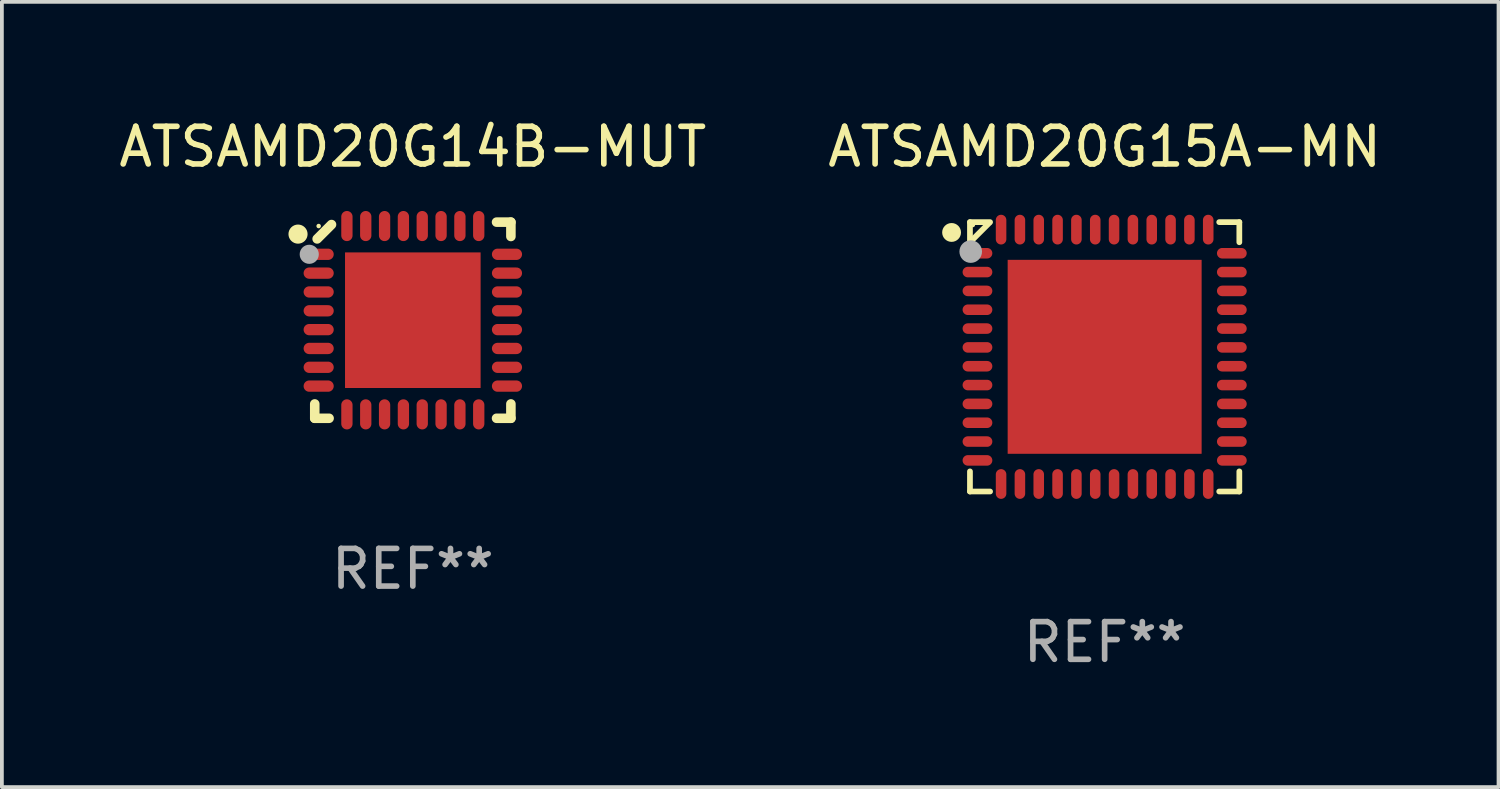
<source format=kicad_pcb>
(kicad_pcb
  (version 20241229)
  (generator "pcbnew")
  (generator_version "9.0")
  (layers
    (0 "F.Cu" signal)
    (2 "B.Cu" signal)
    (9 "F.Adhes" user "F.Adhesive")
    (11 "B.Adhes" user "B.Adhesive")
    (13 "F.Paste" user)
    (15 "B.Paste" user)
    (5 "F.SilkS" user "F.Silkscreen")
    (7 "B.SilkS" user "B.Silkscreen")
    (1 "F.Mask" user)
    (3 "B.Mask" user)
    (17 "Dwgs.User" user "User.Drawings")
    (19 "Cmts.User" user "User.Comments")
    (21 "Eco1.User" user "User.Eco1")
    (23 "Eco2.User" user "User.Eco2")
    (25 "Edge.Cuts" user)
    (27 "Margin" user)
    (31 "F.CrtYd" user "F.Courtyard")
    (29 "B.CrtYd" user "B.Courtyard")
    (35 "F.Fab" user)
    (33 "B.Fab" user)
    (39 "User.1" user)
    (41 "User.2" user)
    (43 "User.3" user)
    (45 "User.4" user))
  (footprint "ATSAMD20G15A-MN"
    (layer "F.Cu")
    (at 26.28 6.424)
    (property "Reference" "ATSAMD20G15A-MN" (at 0 -5.576 0) (layer "F.SilkS") (effects (font (size 1 1) (thickness 0.15))))
    (attr through_hole)
    (fp_line (start -3.576 -3.576) (end -3.042 -3.576) (stroke (width 0.152) (type solid)) (layer "F.SilkS"))
    (fp_line (start -3.576 -3.042) (end -3.576 -3.576) (stroke (width 0.152) (type solid)) (layer "F.SilkS"))
    (fp_line (start -3.576 3.042) (end -3.576 3.576) (stroke (width 0.152) (type solid)) (layer "F.SilkS"))
    (fp_line (start -3.576 3.576) (end -3.042 3.576) (stroke (width 0.152) (type solid)) (layer "F.SilkS"))
    (fp_line (start -3.069 -3.549) (end -3.549 -3.069) (stroke (width 0.152) (type solid)) (layer "F.SilkS"))
    (fp_line (start 3.576 -3.576) (end 3.042 -3.576) (stroke (width 0.152) (type solid)) (layer "F.SilkS"))
    (fp_line (start 3.576 -3.042) (end 3.576 -3.576) (stroke (width 0.152) (type solid)) (layer "F.SilkS"))
    (fp_line (start 3.576 3.042) (end 3.576 3.576) (stroke (width 0.152) (type solid)) (layer "F.SilkS"))
    (fp_line (start 3.576 3.576) (end 3.042 3.576) (stroke (width 0.152) (type solid)) (layer "F.SilkS"))
    (fp_circle (center -4.064 -3.302) (end -3.939 -3.302) (stroke (width 0.25) (type solid)) (fill no) (layer "F.SilkS"))
    (fp_circle (center -3.5 -3.5) (end -3.47 -3.5) (stroke (width 0.06) (type solid)) (fill no) (layer "F.SilkS"))
    (fp_circle (center -3.556 -2.794) (end -3.406 -2.794) (stroke (width 0.3) (type solid)) (fill no) (layer "F.Fab"))
    (fp_text user "REF**" (at 0 7.576 0) (layer "F.Fab") (effects (font (size 1 1) (thickness 0.15))))
    (pad "1" smd oval (at -3.377 -2.75) (size 0.79 0.28) (layers "F.Cu" "F.Mask" "F.Paste"))
    (pad "2" smd oval (at -3.377 -2.25) (size 0.79 0.28) (layers "F.Cu" "F.Mask" "F.Paste"))
    (pad "3" smd oval (at -3.377 -1.75) (size 0.79 0.28) (layers "F.Cu" "F.Mask" "F.Paste"))
    (pad "4" smd oval (at -3.377 -1.25) (size 0.79 0.28) (layers "F.Cu" "F.Mask" "F.Paste"))
    (pad "5" smd oval (at -3.377 -0.75) (size 0.79 0.28) (layers "F.Cu" "F.Mask" "F.Paste"))
    (pad "6" smd oval (at -3.377 -0.25) (size 0.79 0.28) (layers "F.Cu" "F.Mask" "F.Paste"))
    (pad "7" smd oval (at -3.377 0.25) (size 0.79 0.28) (layers "F.Cu" "F.Mask" "F.Paste"))
    (pad "8" smd oval (at -3.377 0.75) (size 0.79 0.28) (layers "F.Cu" "F.Mask" "F.Paste"))
    (pad "9" smd oval (at -3.377 1.25) (size 0.79 0.28) (layers "F.Cu" "F.Mask" "F.Paste"))
    (pad "10" smd oval (at -3.377 1.75) (size 0.79 0.28) (layers "F.Cu" "F.Mask" "F.Paste"))
    (pad "11" smd oval (at -3.377 2.25) (size 0.79 0.28) (layers "F.Cu" "F.Mask" "F.Paste"))
    (pad "12" smd oval (at -3.377 2.75) (size 0.79 0.28) (layers "F.Cu" "F.Mask" "F.Paste"))
    (pad "13" smd oval (at -2.75 3.377) (size 0.28 0.79) (layers "F.Cu" "F.Mask" "F.Paste"))
    (pad "14" smd oval (at -2.25 3.377) (size 0.28 0.79) (layers "F.Cu" "F.Mask" "F.Paste"))
    (pad "15" smd oval (at -1.75 3.377) (size 0.28 0.79) (layers "F.Cu" "F.Mask" "F.Paste"))
    (pad "16" smd oval (at -1.25 3.377) (size 0.28 0.79) (layers "F.Cu" "F.Mask" "F.Paste"))
    (pad "17" smd oval (at -0.75 3.377) (size 0.28 0.79) (layers "F.Cu" "F.Mask" "F.Paste"))
    (pad "18" smd oval (at -0.25 3.377) (size 0.28 0.79) (layers "F.Cu" "F.Mask" "F.Paste"))
    (pad "19" smd oval (at 0.25 3.377) (size 0.28 0.79) (layers "F.Cu" "F.Mask" "F.Paste"))
    (pad "20" smd oval (at 0.75 3.377) (size 0.28 0.79) (layers "F.Cu" "F.Mask" "F.Paste"))
    (pad "21" smd oval (at 1.25 3.377) (size 0.28 0.79) (layers "F.Cu" "F.Mask" "F.Paste"))
    (pad "22" smd oval (at 1.75 3.377) (size 0.28 0.79) (layers "F.Cu" "F.Mask" "F.Paste"))
    (pad "23" smd oval (at 2.25 3.377) (size 0.28 0.79) (layers "F.Cu" "F.Mask" "F.Paste"))
    (pad "24" smd oval (at 2.75 3.377) (size 0.28 0.79) (layers "F.Cu" "F.Mask" "F.Paste"))
    (pad "25" smd oval (at 3.377 2.75) (size 0.79 0.28) (layers "F.Cu" "F.Mask" "F.Paste"))
    (pad "26" smd oval (at 3.377 2.25) (size 0.79 0.28) (layers "F.Cu" "F.Mask" "F.Paste"))
    (pad "27" smd oval (at 3.377 1.75) (size 0.79 0.28) (layers "F.Cu" "F.Mask" "F.Paste"))
    (pad "28" smd oval (at 3.377 1.25) (size 0.79 0.28) (layers "F.Cu" "F.Mask" "F.Paste"))
    (pad "29" smd oval (at 3.377 0.75) (size 0.79 0.28) (layers "F.Cu" "F.Mask" "F.Paste"))
    (pad "30" smd oval (at 3.377 0.25) (size 0.79 0.28) (layers "F.Cu" "F.Mask" "F.Paste"))
    (pad "31" smd oval (at 3.377 -0.25) (size 0.79 0.28) (layers "F.Cu" "F.Mask" "F.Paste"))
    (pad "32" smd oval (at 3.377 -0.75) (size 0.79 0.28) (layers "F.Cu" "F.Mask" "F.Paste"))
    (pad "33" smd oval (at 3.377 -1.25) (size 0.79 0.28) (layers "F.Cu" "F.Mask" "F.Paste"))
    (pad "34" smd oval (at 3.377 -1.75) (size 0.79 0.28) (layers "F.Cu" "F.Mask" "F.Paste"))
    (pad "35" smd oval (at 3.377 -2.25) (size 0.79 0.28) (layers "F.Cu" "F.Mask" "F.Paste"))
    (pad "36" smd oval (at 3.377 -2.75) (size 0.79 0.28) (layers "F.Cu" "F.Mask" "F.Paste"))
    (pad "37" smd oval (at 2.75 -3.377) (size 0.28 0.79) (layers "F.Cu" "F.Mask" "F.Paste"))
    (pad "38" smd oval (at 2.25 -3.377) (size 0.28 0.79) (layers "F.Cu" "F.Mask" "F.Paste"))
    (pad "39" smd oval (at 1.75 -3.377) (size 0.28 0.79) (layers "F.Cu" "F.Mask" "F.Paste"))
    (pad "40" smd oval (at 1.25 -3.377) (size 0.28 0.79) (layers "F.Cu" "F.Mask" "F.Paste"))
    (pad "41" smd oval (at 0.75 -3.377) (size 0.28 0.79) (layers "F.Cu" "F.Mask" "F.Paste"))
    (pad "42" smd oval (at 0.25 -3.377) (size 0.28 0.79) (layers "F.Cu" "F.Mask" "F.Paste"))
    (pad "43" smd oval (at -0.25 -3.377) (size 0.28 0.79) (layers "F.Cu" "F.Mask" "F.Paste"))
    (pad "44" smd oval (at -0.75 -3.377) (size 0.28 0.79) (layers "F.Cu" "F.Mask" "F.Paste"))
    (pad "45" smd oval (at -1.25 -3.377) (size 0.28 0.79) (layers "F.Cu" "F.Mask" "F.Paste"))
    (pad "46" smd oval (at -1.75 -3.377) (size 0.28 0.79) (layers "F.Cu" "F.Mask" "F.Paste"))
    (pad "47" smd oval (at -2.25 -3.377) (size 0.28 0.79) (layers "F.Cu" "F.Mask" "F.Paste"))
    (pad "48" smd oval (at -2.75 -3.377) (size 0.28 0.79) (layers "F.Cu" "F.Mask" "F.Paste"))
    (pad "49" smd rect (at 0 0) (size 5.15 5.15) (layers "F.Cu" "F.Mask" "F.Paste")))
  (footprint "ATSAMD20G14B-MUT"
    (layer "F.Cu")
    (at 7.911 5.452)
    (property "Reference" "ATSAMD20G14B-MUT" (at 0 -4.604 0) (layer "F.SilkS") (effects (font (size 1 1) (thickness 0.15))))
    (attr through_hole)
    (fp_line (start -2.604 2.223) (end -2.604 2.604) (stroke (width 0.254) (type solid)) (layer "F.SilkS"))
    (fp_line (start -2.604 2.604) (end -2.223 2.604) (stroke (width 0.254) (type solid)) (layer "F.SilkS"))
    (fp_line (start -2.159 -2.54) (end -2.54 -2.159) (stroke (width 0.254) (type solid)) (layer "F.SilkS"))
    (fp_line (start 2.223 2.604) (end 2.604 2.604) (stroke (width 0.254) (type solid)) (layer "F.SilkS"))
    (fp_line (start 2.604 -2.604) (end 2.223 -2.604) (stroke (width 0.254) (type solid)) (layer "F.SilkS"))
    (fp_line (start 2.604 -2.223) (end 2.604 -2.604) (stroke (width 0.254) (type solid)) (layer "F.SilkS"))
    (fp_line (start 2.604 2.604) (end 2.604 2.223) (stroke (width 0.254) (type solid)) (layer "F.SilkS"))
    (fp_circle (center -3.048 -2.286) (end -2.921 -2.286) (stroke (width 0.254) (type solid)) (fill no) (layer "F.SilkS"))
    (fp_circle (center -2.5 -2.5) (end -2.47 -2.5) (stroke (width 0.06) (type solid)) (fill no) (layer "F.SilkS"))
    (fp_circle (center -2.75 -1.75) (end -2.623 -1.75) (stroke (width 0.254) (type solid)) (fill no) (layer "F.Fab"))
    (fp_text user "REF**" (at 0 6.604 0) (layer "F.Fab") (effects (font (size 1 1) (thickness 0.15))))
    (pad "1" smd oval (at -2.5 -1.75) (size 0.8 0.3) (layers "F.Cu" "F.Mask" "F.Paste"))
    (pad "2" smd oval (at -2.5 -1.25) (size 0.8 0.3) (layers "F.Cu" "F.Mask" "F.Paste"))
    (pad "3" smd oval (at -2.5 -0.75) (size 0.8 0.3) (layers "F.Cu" "F.Mask" "F.Paste"))
    (pad "4" smd oval (at -2.5 -0.25) (size 0.8 0.3) (layers "F.Cu" "F.Mask" "F.Paste"))
    (pad "5" smd oval (at -2.5 0.25) (size 0.8 0.3) (layers "F.Cu" "F.Mask" "F.Paste"))
    (pad "6" smd oval (at -2.5 0.75) (size 0.8 0.3) (layers "F.Cu" "F.Mask" "F.Paste"))
    (pad "7" smd oval (at -2.5 1.25) (size 0.8 0.3) (layers "F.Cu" "F.Mask" "F.Paste"))
    (pad "8" smd oval (at -2.5 1.75) (size 0.8 0.3) (layers "F.Cu" "F.Mask" "F.Paste"))
    (pad "9" smd oval (at -1.75 2.5) (size 0.3 0.8) (layers "F.Cu" "F.Mask" "F.Paste"))
    (pad "10" smd oval (at -1.25 2.5) (size 0.3 0.8) (layers "F.Cu" "F.Mask" "F.Paste"))
    (pad "11" smd oval (at -0.75 2.5) (size 0.3 0.8) (layers "F.Cu" "F.Mask" "F.Paste"))
    (pad "12" smd oval (at -0.25 2.5) (size 0.3 0.8) (layers "F.Cu" "F.Mask" "F.Paste"))
    (pad "13" smd oval (at 0.25 2.5) (size 0.3 0.8) (layers "F.Cu" "F.Mask" "F.Paste"))
    (pad "14" smd oval (at 0.75 2.5) (size 0.3 0.8) (layers "F.Cu" "F.Mask" "F.Paste"))
    (pad "15" smd oval (at 1.25 2.5) (size 0.3 0.8) (layers "F.Cu" "F.Mask" "F.Paste"))
    (pad "16" smd oval (at 1.75 2.5) (size 0.3 0.8) (layers "F.Cu" "F.Mask" "F.Paste"))
    (pad "17" smd oval (at 2.5 1.75) (size 0.8 0.3) (layers "F.Cu" "F.Mask" "F.Paste"))
    (pad "18" smd oval (at 2.5 1.25) (size 0.8 0.3) (layers "F.Cu" "F.Mask" "F.Paste"))
    (pad "19" smd oval (at 2.5 0.75) (size 0.8 0.3) (layers "F.Cu" "F.Mask" "F.Paste"))
    (pad "20" smd oval (at 2.5 0.25) (size 0.8 0.3) (layers "F.Cu" "F.Mask" "F.Paste"))
    (pad "21" smd oval (at 2.5 -0.25) (size 0.8 0.3) (layers "F.Cu" "F.Mask" "F.Paste"))
    (pad "22" smd oval (at 2.5 -0.75) (size 0.8 0.3) (layers "F.Cu" "F.Mask" "F.Paste"))
    (pad "23" smd oval (at 2.5 -1.25) (size 0.8 0.3) (layers "F.Cu" "F.Mask" "F.Paste"))
    (pad "24" smd oval (at 2.5 -1.75) (size 0.8 0.3) (layers "F.Cu" "F.Mask" "F.Paste"))
    (pad "25" smd oval (at 1.75 -2.5) (size 0.3 0.8) (layers "F.Cu" "F.Mask" "F.Paste"))
    (pad "26" smd oval (at 1.25 -2.5) (size 0.3 0.8) (layers "F.Cu" "F.Mask" "F.Paste"))
    (pad "27" smd oval (at 0.75 -2.5) (size 0.3 0.8) (layers "F.Cu" "F.Mask" "F.Paste"))
    (pad "28" smd oval (at 0.25 -2.5) (size 0.3 0.8) (layers "F.Cu" "F.Mask" "F.Paste"))
    (pad "29" smd oval (at -0.25 -2.5) (size 0.3 0.8) (layers "F.Cu" "F.Mask" "F.Paste"))
    (pad "30" smd oval (at -0.75 -2.5) (size 0.3 0.8) (layers "F.Cu" "F.Mask" "F.Paste"))
    (pad "31" smd oval (at -1.25 -2.5) (size 0.3 0.8) (layers "F.Cu" "F.Mask" "F.Paste"))
    (pad "32" smd oval (at -1.75 -2.5) (size 0.3 0.8) (layers "F.Cu" "F.Mask" "F.Paste"))
    (pad "33" smd rect (at -0.000076 0) (size 3.6 3.6) (layers "F.Cu" "F.Mask" "F.Paste")))
  (gr_rect
    (start -3 -3)
    (end 36.738 17.849)
    (stroke (width 0.1) (type default))
    (fill no)
    (layer "Edge.Cuts")))
</source>
